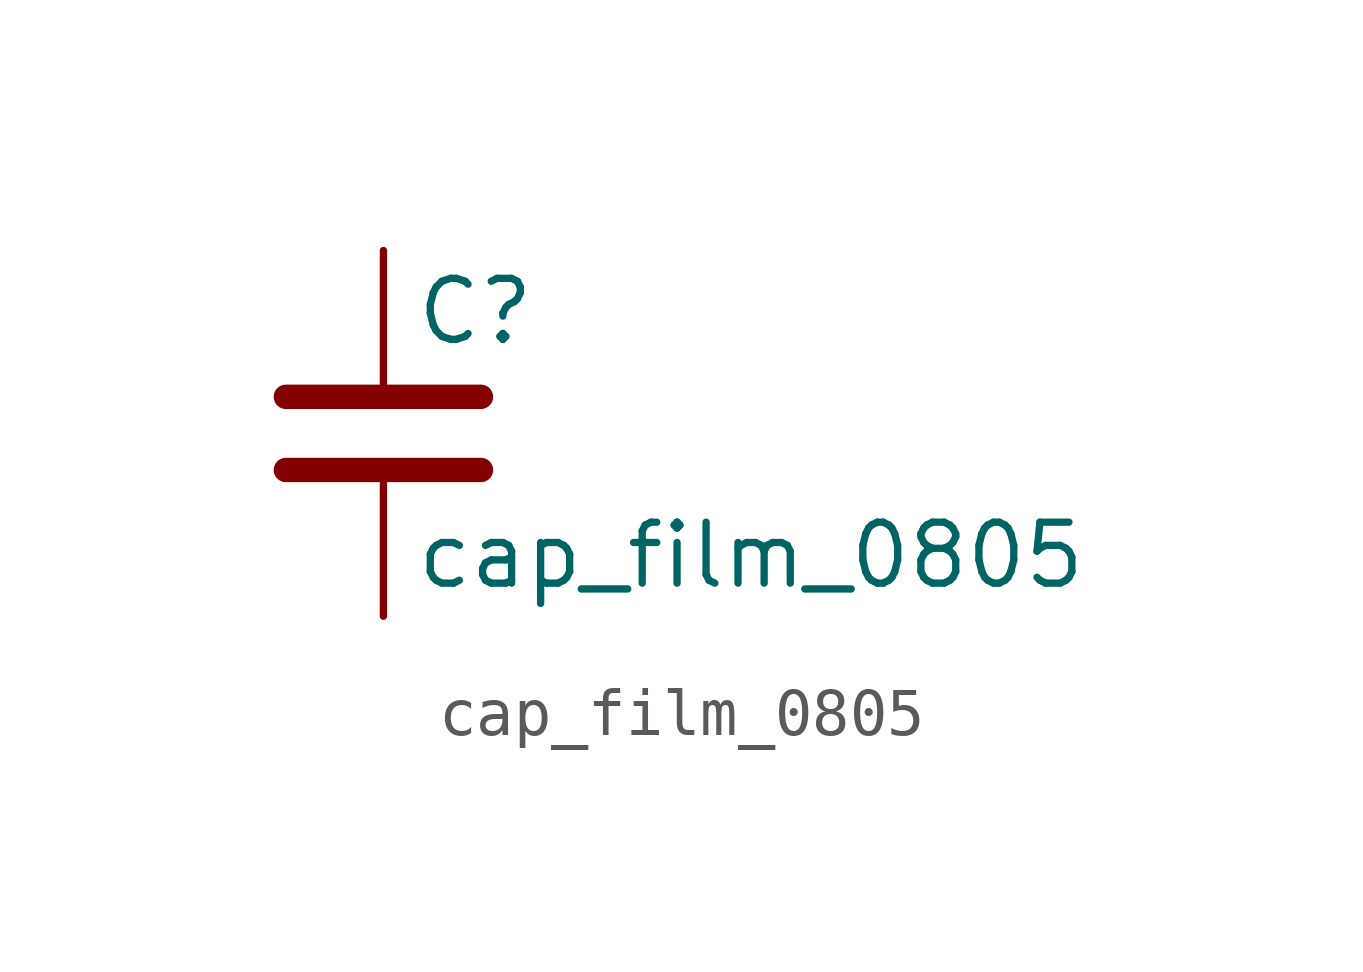
<source format=kicad_sym>
(kicad_symbol_lib
  (version 20211014)
  (generator kicad_symbol_editor)
  (symbol "cap_film_0805"
    (pin_numbers hide)
    (pin_names
      (offset 0.254))
    (property "Reference" "C"
      (at 0.635 2.54 0)
      (effects (font (size 1.27 1.27)) (justify left)))
    (property "Value" "cap_film_0805"
      (at 0.635 -2.54 0)
      (effects (font (size 1.27 1.27)) (justify left)))
    (symbol "cap_film_0805_0_1"
      (polyline (pts (xy -2.032 -0.762) (xy 2.032 -0.762)) (stroke (width 0.508) (type default) (color 0 0 0 0)) (fill (type none)))
      (polyline (pts (xy -2.032 0.762) (xy 2.032 0.762)) (stroke (width 0.508) (type default) (color 0 0 0 0)) (fill (type none))))
    (symbol "cap_film_0805_1_1"
      (pin passive line (at 0 3.81 270) (length 2.794) (name "~" (effects (font (size 1.27 1.27)))) (number "1" (effects (font (size 1.27 1.27)))))
      (pin passive line (at 0 -3.81 90) (length 2.794) (name "~" (effects (font (size 1.27 1.27)))) (number "2" (effects (font (size 1.27 1.27))))))))
</source>
